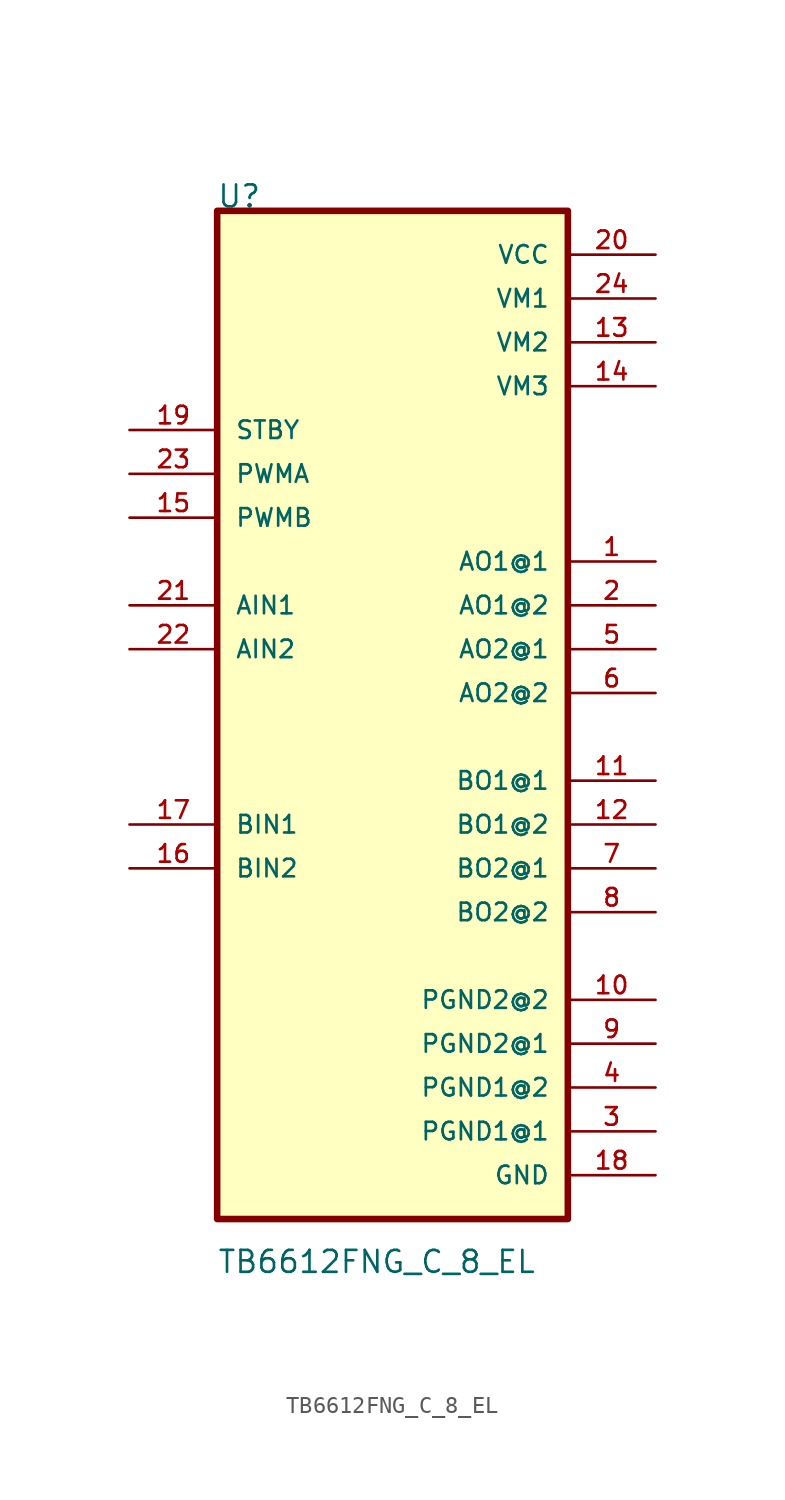
<source format=kicad_sym>
(kicad_symbol_lib
  (version 20211014)
  (generator kicad_symbol_editor)
  (symbol "TB6612FNG_C_8_EL"
    (pin_names
      (offset 1.016))
    (property "Reference" "U"
      (at -10.195 28.037 0)
      (effects (font (size 1.27 1.27)) (justify bottom left)))
    (property "Value" "TB6612FNG_C_8_EL"
      (at -10.174 -33.701 0)
      (effects (font (size 1.27 1.27)) (justify bottom left)))
    (symbol "TB6612FNG_C_8_EL_0_0"
      (rectangle (start -10.16 -30.48) (end 10.16 27.94) (stroke (width 0.381)) (fill (type background)))
      (pin output line (at 15.24 7.62 180.0) (length 5.08) (name "AO1@1" (effects (font (size 1.016 1.016)))) (number "1" (effects (font (size 1.016 1.016)))))
      (pin output line (at 15.24 5.08 180.0) (length 5.08) (name "AO1@2" (effects (font (size 1.016 1.016)))) (number "2" (effects (font (size 1.016 1.016)))))
      (pin passive line (at 15.24 -25.4 180.0) (length 5.08) (name "PGND1@1" (effects (font (size 1.016 1.016)))) (number "3" (effects (font (size 1.016 1.016)))))
      (pin passive line (at 15.24 -22.86 180.0) (length 5.08) (name "PGND1@2" (effects (font (size 1.016 1.016)))) (number "4" (effects (font (size 1.016 1.016)))))
      (pin output line (at 15.24 2.54 180.0) (length 5.08) (name "AO2@1" (effects (font (size 1.016 1.016)))) (number "5" (effects (font (size 1.016 1.016)))))
      (pin output line (at 15.24 0.0 180.0) (length 5.08) (name "AO2@2" (effects (font (size 1.016 1.016)))) (number "6" (effects (font (size 1.016 1.016)))))
      (pin output line (at 15.24 -5.08 180.0) (length 5.08) (name "BO1@1" (effects (font (size 1.016 1.016)))) (number "11" (effects (font (size 1.016 1.016)))))
      (pin output line (at 15.24 -7.62 180.0) (length 5.08) (name "BO1@2" (effects (font (size 1.016 1.016)))) (number "12" (effects (font (size 1.016 1.016)))))
      (pin passive line (at 15.24 -20.32 180.0) (length 5.08) (name "PGND2@1" (effects (font (size 1.016 1.016)))) (number "9" (effects (font (size 1.016 1.016)))))
      (pin passive line (at 15.24 -17.78 180.0) (length 5.08) (name "PGND2@2" (effects (font (size 1.016 1.016)))) (number "10" (effects (font (size 1.016 1.016)))))
      (pin output line (at 15.24 -10.16 180.0) (length 5.08) (name "BO2@1" (effects (font (size 1.016 1.016)))) (number "7" (effects (font (size 1.016 1.016)))))
      (pin output line (at 15.24 -12.7 180.0) (length 5.08) (name "BO2@2" (effects (font (size 1.016 1.016)))) (number "8" (effects (font (size 1.016 1.016)))))
      (pin power_in line (at 15.24 20.32 180.0) (length 5.08) (name "VM2" (effects (font (size 1.016 1.016)))) (number "13" (effects (font (size 1.016 1.016)))))
      (pin power_in line (at 15.24 17.78 180.0) (length 5.08) (name "VM3" (effects (font (size 1.016 1.016)))) (number "14" (effects (font (size 1.016 1.016)))))
      (pin input line (at -15.24 10.16 0) (length 5.08) (name "PWMB" (effects (font (size 1.016 1.016)))) (number "15" (effects (font (size 1.016 1.016)))))
      (pin input line (at -15.24 -10.16 0) (length 5.08) (name "BIN2" (effects (font (size 1.016 1.016)))) (number "16" (effects (font (size 1.016 1.016)))))
      (pin input line (at -15.24 -7.62 0) (length 5.08) (name "BIN1" (effects (font (size 1.016 1.016)))) (number "17" (effects (font (size 1.016 1.016)))))
      (pin passive line (at 15.24 -27.94 180.0) (length 5.08) (name "GND" (effects (font (size 1.016 1.016)))) (number "18" (effects (font (size 1.016 1.016)))))
      (pin input line (at -15.24 15.24 0) (length 5.08) (name "STBY" (effects (font (size 1.016 1.016)))) (number "19" (effects (font (size 1.016 1.016)))))
      (pin power_in line (at 15.24 25.4 180.0) (length 5.08) (name "VCC" (effects (font (size 1.016 1.016)))) (number "20" (effects (font (size 1.016 1.016)))))
      (pin input line (at -15.24 5.08 0) (length 5.08) (name "AIN1" (effects (font (size 1.016 1.016)))) (number "21" (effects (font (size 1.016 1.016)))))
      (pin input line (at -15.24 2.54 0) (length 5.08) (name "AIN2" (effects (font (size 1.016 1.016)))) (number "22" (effects (font (size 1.016 1.016)))))
      (pin input line (at -15.24 12.7 0) (length 5.08) (name "PWMA" (effects (font (size 1.016 1.016)))) (number "23" (effects (font (size 1.016 1.016)))))
      (pin power_in line (at 15.24 22.86 180.0) (length 5.08) (name "VM1" (effects (font (size 1.016 1.016)))) (number "24" (effects (font (size 1.016 1.016))))))))
</source>
